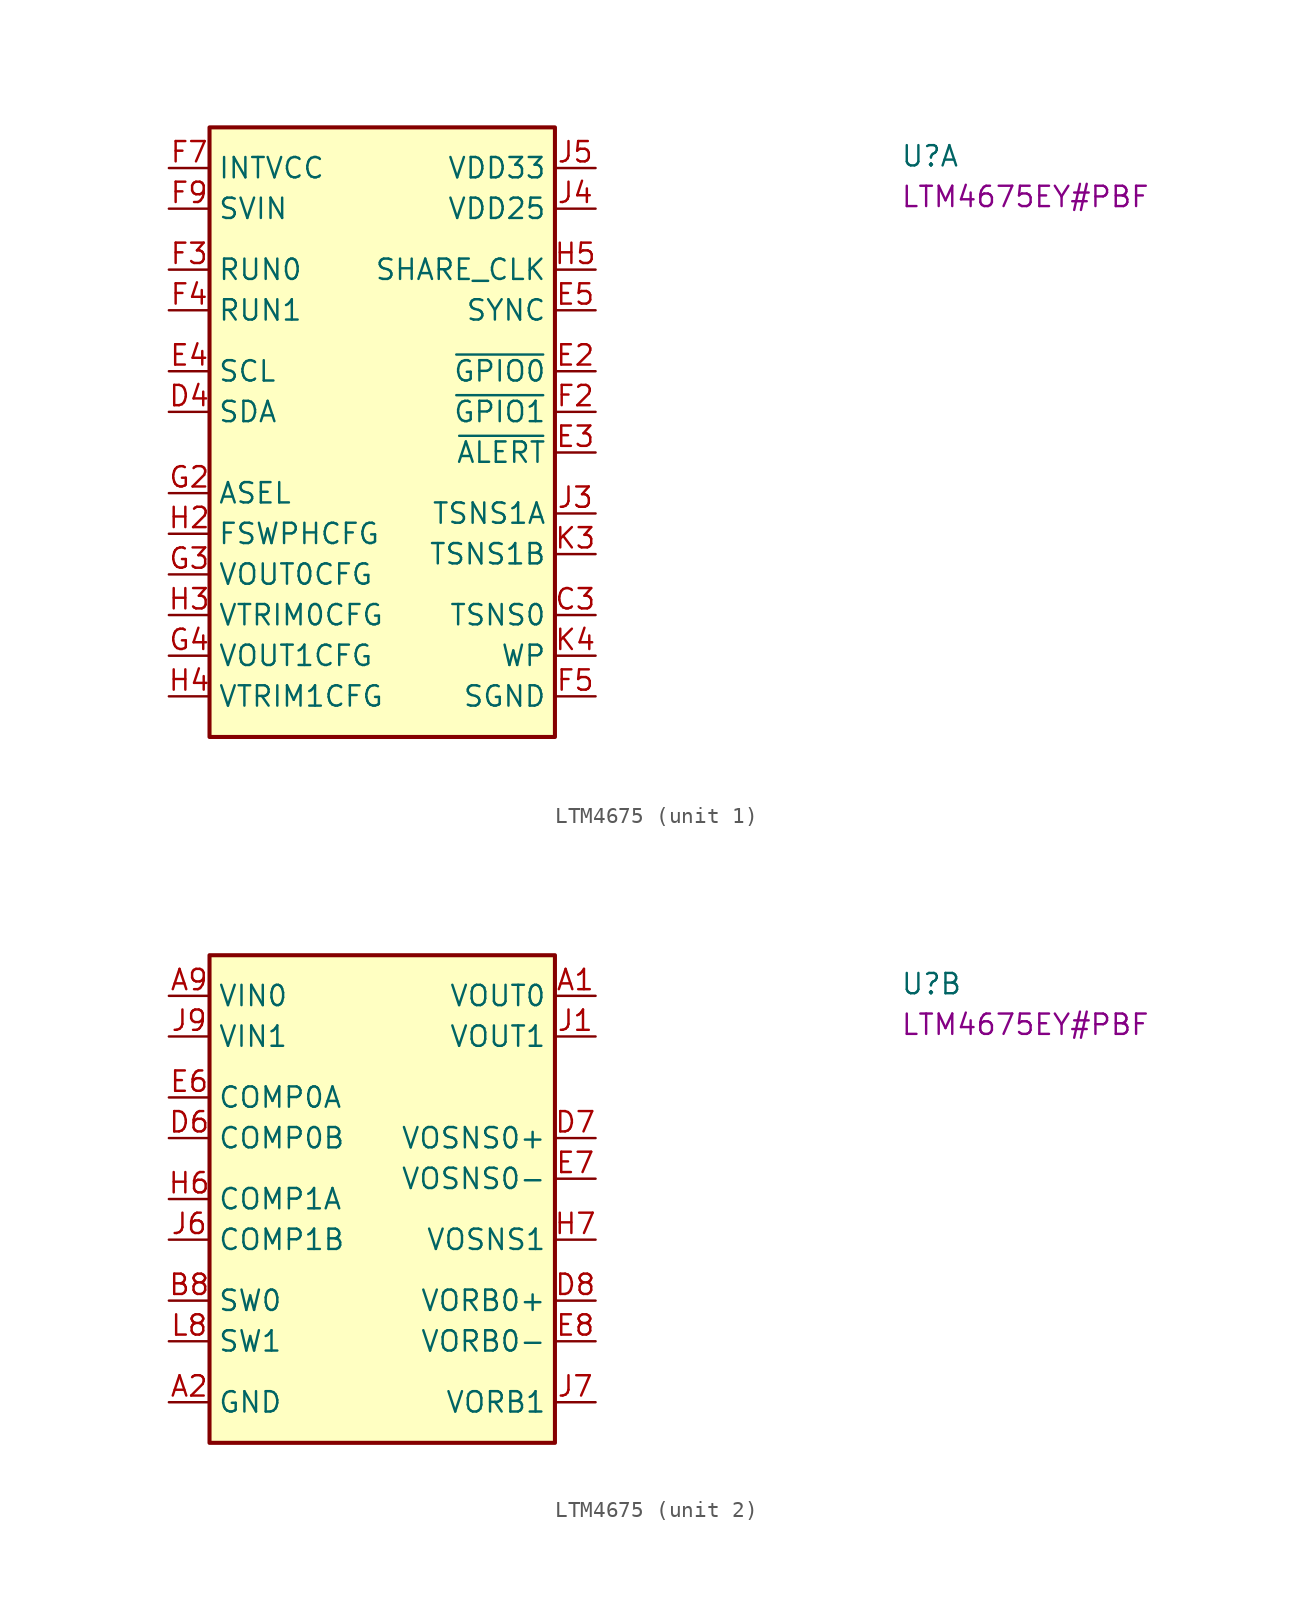
<source format=kicad_sym>
(kicad_symbol_lib
  (version 20220914)
  (generator kicad_symbol_editor)
  (symbol "LTM4675"
    (property "Reference" "U"
      (at 45.72 0 0)
      (effects (font (size 1.27 1.27) (thickness 0.15)) (justify left bottom)))
    (property "MPN" "LTM4675EY#PBF"
      (at 45.72 -2.54 0)
      (effects (font (size 1.27 1.27) (thickness 0.15)) (justify left bottom)))
    (property "ki_locked" ""
      (at 0 0 0)
      (effects (font (size 1.27 1.27))))
    (symbol "LTM4675_1_1"
      (rectangle (start 2.54 2.54) (end 24.13 -35.56) (stroke (width 0.254) (type default)) (fill (type background)))
      (pin passive line (at 26.67 -27.94 180) (length 2.54) (name "TSNS0" (effects (font (size 1.27 1.27)))) (number "C3" (effects (font (size 1.27 1.27)))))
      (pin passive line (at 26.67 -27.94 180) (length 2.54) hide (name "TSNS0" (effects (font (size 1.27 1.27)))) (number "D3" (effects (font (size 1.27 1.27)))))
      (pin bidirectional line (at 0 -15.24 0) (length 2.54) (name "SDA" (effects (font (size 1.27 1.27)))) (number "D4" (effects (font (size 1.27 1.27)))))
      (pin bidirectional line (at 26.67 -12.7 180) (length 2.54) (name "~{GPIO0}" (effects (font (size 1.27 1.27)))) (number "E2" (effects (font (size 1.27 1.27)))))
      (pin input line (at 26.67 -17.78 180) (length 2.54) (name "~{ALERT}" (effects (font (size 1.27 1.27)))) (number "E3" (effects (font (size 1.27 1.27)))))
      (pin input line (at 0 -12.7 0) (length 2.54) (name "SCL" (effects (font (size 1.27 1.27)))) (number "E4" (effects (font (size 1.27 1.27)))))
      (pin bidirectional line (at 26.67 -8.89 180) (length 2.54) (name "SYNC" (effects (font (size 1.27 1.27)))) (number "E5" (effects (font (size 1.27 1.27)))))
      (pin bidirectional line (at 26.67 -15.24 180) (length 2.54) (name "~{GPIO1}" (effects (font (size 1.27 1.27)))) (number "F2" (effects (font (size 1.27 1.27)))))
      (pin bidirectional line (at 0 -6.35 0) (length 2.54) (name "RUN0" (effects (font (size 1.27 1.27)))) (number "F3" (effects (font (size 1.27 1.27)))))
      (pin bidirectional line (at 0 -8.89 0) (length 2.54) (name "RUN1" (effects (font (size 1.27 1.27)))) (number "F4" (effects (font (size 1.27 1.27)))))
      (pin power_in line (at 26.67 -33.02 180) (length 2.54) (name "SGND" (effects (font (size 1.27 1.27)))) (number "F5" (effects (font (size 1.27 1.27)))))
      (pin passive line (at 26.67 -33.02 180) (length 2.54) hide (name "SGND" (effects (font (size 1.27 1.27)))) (number "F6" (effects (font (size 1.27 1.27)))))
      (pin power_in line (at 0 0 0) (length 2.54) (name "INTVCC" (effects (font (size 1.27 1.27)))) (number "F7" (effects (font (size 1.27 1.27)))))
      (pin input line (at 0 -2.54 0) (length 2.54) (name "SVIN" (effects (font (size 1.27 1.27)))) (number "F9" (effects (font (size 1.27 1.27)))))
      (pin passive line (at 0 -20.32 0) (length 2.54) (name "ASEL" (effects (font (size 1.27 1.27)))) (number "G2" (effects (font (size 1.27 1.27)))))
      (pin passive line (at 0 -25.4 0) (length 2.54) (name "VOUT0CFG" (effects (font (size 1.27 1.27)))) (number "G3" (effects (font (size 1.27 1.27)))))
      (pin passive line (at 0 -30.48 0) (length 2.54) (name "VOUT1CFG" (effects (font (size 1.27 1.27)))) (number "G4" (effects (font (size 1.27 1.27)))))
      (pin passive line (at 26.67 -33.02 180) (length 2.54) hide (name "SGND" (effects (font (size 1.27 1.27)))) (number "G5" (effects (font (size 1.27 1.27)))))
      (pin passive line (at 26.67 -33.02 180) (length 2.54) hide (name "SGND" (effects (font (size 1.27 1.27)))) (number "G6" (effects (font (size 1.27 1.27)))))
      (pin passive line (at 0 0 0) (length 2.54) hide (name "INTVCC" (effects (font (size 1.27 1.27)))) (number "G7" (effects (font (size 1.27 1.27)))))
      (pin passive line (at 0 -22.86 0) (length 2.54) (name "FSWPHCFG" (effects (font (size 1.27 1.27)))) (number "H2" (effects (font (size 1.27 1.27)))))
      (pin output line (at 0 -27.94 0) (length 2.54) (name "VTRIM0CFG" (effects (font (size 1.27 1.27)))) (number "H3" (effects (font (size 1.27 1.27)))))
      (pin passive line (at 0 -33.02 0) (length 2.54) (name "VTRIM1CFG" (effects (font (size 1.27 1.27)))) (number "H4" (effects (font (size 1.27 1.27)))))
      (pin bidirectional line (at 26.67 -6.35 180) (length 2.54) (name "SHARE_CLK" (effects (font (size 1.27 1.27)))) (number "H5" (effects (font (size 1.27 1.27)))))
      (pin passive line (at 26.67 -21.59 180) (length 2.54) (name "TSNS1A" (effects (font (size 1.27 1.27)))) (number "J3" (effects (font (size 1.27 1.27)))))
      (pin output line (at 26.67 -2.54 180) (length 2.54) (name "VDD25" (effects (font (size 1.27 1.27)))) (number "J4" (effects (font (size 1.27 1.27)))))
      (pin output line (at 26.67 0 180) (length 2.54) (name "VDD33" (effects (font (size 1.27 1.27)))) (number "J5" (effects (font (size 1.27 1.27)))))
      (pin passive line (at 26.67 -24.13 180) (length 2.54) (name "TSNS1B" (effects (font (size 1.27 1.27)))) (number "K3" (effects (font (size 1.27 1.27)))))
      (pin passive line (at 26.67 -30.48 180) (length 2.54) (name "WP" (effects (font (size 1.27 1.27)))) (number "K4" (effects (font (size 1.27 1.27))))))
    (symbol "LTM4675_2_1"
      (rectangle (start 2.54 2.54) (end 24.13 -27.94) (stroke (width 0.254) (type default)) (fill (type background)))
      (pin power_out line (at 26.67 0 180) (length 2.54) (name "VOUT0" (effects (font (size 1.27 1.27)))) (number "A1" (effects (font (size 1.27 1.27)))))
      (pin power_in line (at 0 -25.4 0) (length 2.54) (name "GND" (effects (font (size 1.27 1.27)))) (number "A2" (effects (font (size 1.27 1.27)))))
      (pin passive line (at 0 -25.4 0) (length 2.54) hide (name "GND" (effects (font (size 1.27 1.27)))) (number "A3" (effects (font (size 1.27 1.27)))))
      (pin passive line (at 0 -25.4 0) (length 2.54) hide (name "GND" (effects (font (size 1.27 1.27)))) (number "A4" (effects (font (size 1.27 1.27)))))
      (pin passive line (at 0 -25.4 0) (length 2.54) hide (name "GND" (effects (font (size 1.27 1.27)))) (number "A5" (effects (font (size 1.27 1.27)))))
      (pin passive line (at 0 -25.4 0) (length 2.54) hide (name "GND" (effects (font (size 1.27 1.27)))) (number "A6" (effects (font (size 1.27 1.27)))))
      (pin passive line (at 0 -25.4 0) (length 2.54) hide (name "GND" (effects (font (size 1.27 1.27)))) (number "A7" (effects (font (size 1.27 1.27)))))
      (pin passive line (at 0 -25.4 0) (length 2.54) hide (name "GND" (effects (font (size 1.27 1.27)))) (number "A8" (effects (font (size 1.27 1.27)))))
      (pin input line (at 0 0 0) (length 2.54) (name "VIN0" (effects (font (size 1.27 1.27)))) (number "A9" (effects (font (size 1.27 1.27)))))
      (pin passive line (at 26.67 0 180) (length 2.54) hide (name "VOUT0" (effects (font (size 1.27 1.27)))) (number "B1" (effects (font (size 1.27 1.27)))))
      (pin passive line (at 0 -25.4 0) (length 2.54) hide (name "GND" (effects (font (size 1.27 1.27)))) (number "B2" (effects (font (size 1.27 1.27)))))
      (pin passive line (at 0 -25.4 0) (length 2.54) hide (name "GND" (effects (font (size 1.27 1.27)))) (number "B3" (effects (font (size 1.27 1.27)))))
      (pin passive line (at 0 -25.4 0) (length 2.54) hide (name "GND" (effects (font (size 1.27 1.27)))) (number "B4" (effects (font (size 1.27 1.27)))))
      (pin passive line (at 0 -25.4 0) (length 2.54) hide (name "GND" (effects (font (size 1.27 1.27)))) (number "B5" (effects (font (size 1.27 1.27)))))
      (pin passive line (at 0 -25.4 0) (length 2.54) hide (name "GND" (effects (font (size 1.27 1.27)))) (number "B6" (effects (font (size 1.27 1.27)))))
      (pin passive line (at 0 -25.4 0) (length 2.54) hide (name "GND" (effects (font (size 1.27 1.27)))) (number "B7" (effects (font (size 1.27 1.27)))))
      (pin passive line (at 0 -19.05 0) (length 2.54) (name "SW0" (effects (font (size 1.27 1.27)))) (number "B8" (effects (font (size 1.27 1.27)))))
      (pin passive line (at 0 0 0) (length 2.54) hide (name "VIN0" (effects (font (size 1.27 1.27)))) (number "B9" (effects (font (size 1.27 1.27)))))
      (pin passive line (at 26.67 0 180) (length 2.54) hide (name "VOUT0" (effects (font (size 1.27 1.27)))) (number "C1" (effects (font (size 1.27 1.27)))))
      (pin passive line (at 0 -25.4 0) (length 2.54) hide (name "GND" (effects (font (size 1.27 1.27)))) (number "C2" (effects (font (size 1.27 1.27)))))
      (pin passive line (at 0 -25.4 0) (length 2.54) hide (name "GND" (effects (font (size 1.27 1.27)))) (number "C4" (effects (font (size 1.27 1.27)))))
      (pin passive line (at 0 -25.4 0) (length 2.54) hide (name "GND" (effects (font (size 1.27 1.27)))) (number "C5" (effects (font (size 1.27 1.27)))))
      (pin passive line (at 0 -25.4 0) (length 2.54) hide (name "GND" (effects (font (size 1.27 1.27)))) (number "C6" (effects (font (size 1.27 1.27)))))
      (pin passive line (at 0 -25.4 0) (length 2.54) hide (name "GND" (effects (font (size 1.27 1.27)))) (number "C7" (effects (font (size 1.27 1.27)))))
      (pin passive line (at 0 -25.4 0) (length 2.54) hide (name "GND" (effects (font (size 1.27 1.27)))) (number "C8" (effects (font (size 1.27 1.27)))))
      (pin passive line (at 0 0 0) (length 2.54) hide (name "VIN0" (effects (font (size 1.27 1.27)))) (number "C9" (effects (font (size 1.27 1.27)))))
      (pin passive line (at 26.67 0 180) (length 2.54) hide (name "VOUT0" (effects (font (size 1.27 1.27)))) (number "D1" (effects (font (size 1.27 1.27)))))
      (pin passive line (at 0 -25.4 0) (length 2.54) hide (name "GND" (effects (font (size 1.27 1.27)))) (number "D2" (effects (font (size 1.27 1.27)))))
      (pin passive line (at 0 -25.4 0) (length 2.54) hide (name "GND" (effects (font (size 1.27 1.27)))) (number "D5" (effects (font (size 1.27 1.27)))))
      (pin passive line (at 0 -8.89 0) (length 2.54) (name "COMP0B" (effects (font (size 1.27 1.27)))) (number "D6" (effects (font (size 1.27 1.27)))))
      (pin input line (at 26.67 -8.89 180) (length 2.54) (name "VOSNS0+" (effects (font (size 1.27 1.27)))) (number "D7" (effects (font (size 1.27 1.27)))))
      (pin passive line (at 26.67 -19.05 180) (length 2.54) (name "VORB0+" (effects (font (size 1.27 1.27)))) (number "D8" (effects (font (size 1.27 1.27)))))
      (pin passive line (at 0 0 0) (length 2.54) hide (name "VIN0" (effects (font (size 1.27 1.27)))) (number "D9" (effects (font (size 1.27 1.27)))))
      (pin passive line (at 0 -25.4 0) (length 2.54) hide (name "GND" (effects (font (size 1.27 1.27)))) (number "E1" (effects (font (size 1.27 1.27)))))
      (pin passive line (at 0 -6.35 0) (length 2.54) (name "COMP0A" (effects (font (size 1.27 1.27)))) (number "E6" (effects (font (size 1.27 1.27)))))
      (pin input line (at 26.67 -11.43 180) (length 2.54) (name "VOSNS0-" (effects (font (size 1.27 1.27)))) (number "E7" (effects (font (size 1.27 1.27)))))
      (pin passive line (at 26.67 -21.59 180) (length 2.54) (name "VORB0-" (effects (font (size 1.27 1.27)))) (number "E8" (effects (font (size 1.27 1.27)))))
      (pin passive line (at 0 -25.4 0) (length 2.54) hide (name "GND" (effects (font (size 1.27 1.27)))) (number "E9" (effects (font (size 1.27 1.27)))))
      (pin passive line (at 0 -25.4 0) (length 2.54) hide (name "GND" (effects (font (size 1.27 1.27)))) (number "F1" (effects (font (size 1.27 1.27)))))
      (pin passive line (at 0 -25.4 0) (length 2.54) hide (name "GND" (effects (font (size 1.27 1.27)))) (number "F8" (effects (font (size 1.27 1.27)))))
      (pin passive line (at 0 -25.4 0) (length 2.54) hide (name "GND" (effects (font (size 1.27 1.27)))) (number "G1" (effects (font (size 1.27 1.27)))))
      (pin passive line (at 0 -25.4 0) (length 2.54) hide (name "GND" (effects (font (size 1.27 1.27)))) (number "G8" (effects (font (size 1.27 1.27)))))
      (pin passive line (at 0 -25.4 0) (length 2.54) hide (name "GND" (effects (font (size 1.27 1.27)))) (number "G9" (effects (font (size 1.27 1.27)))))
      (pin passive line (at 0 -25.4 0) (length 2.54) hide (name "GND" (effects (font (size 1.27 1.27)))) (number "H1" (effects (font (size 1.27 1.27)))))
      (pin passive line (at 0 -12.7 0) (length 2.54) (name "COMP1A" (effects (font (size 1.27 1.27)))) (number "H6" (effects (font (size 1.27 1.27)))))
      (pin input line (at 26.67 -15.24 180) (length 2.54) (name "VOSNS1" (effects (font (size 1.27 1.27)))) (number "H7" (effects (font (size 1.27 1.27)))))
      (pin passive line (at 0 -25.4 0) (length 2.54) hide (name "GND" (effects (font (size 1.27 1.27)))) (number "H8" (effects (font (size 1.27 1.27)))))
      (pin passive line (at 0 -25.4 0) (length 2.54) hide (name "GND" (effects (font (size 1.27 1.27)))) (number "H9" (effects (font (size 1.27 1.27)))))
      (pin power_out line (at 26.67 -2.54 180) (length 2.54) (name "VOUT1" (effects (font (size 1.27 1.27)))) (number "J1" (effects (font (size 1.27 1.27)))))
      (pin passive line (at 0 -25.4 0) (length 2.54) hide (name "GND" (effects (font (size 1.27 1.27)))) (number "J2" (effects (font (size 1.27 1.27)))))
      (pin passive line (at 0 -15.24 0) (length 2.54) (name "COMP1B" (effects (font (size 1.27 1.27)))) (number "J6" (effects (font (size 1.27 1.27)))))
      (pin passive line (at 26.67 -25.4 180) (length 2.54) (name "VORB1" (effects (font (size 1.27 1.27)))) (number "J7" (effects (font (size 1.27 1.27)))))
      (pin passive line (at 0 -25.4 0) (length 2.54) hide (name "GND" (effects (font (size 1.27 1.27)))) (number "J8" (effects (font (size 1.27 1.27)))))
      (pin input line (at 0 -2.54 0) (length 2.54) (name "VIN1" (effects (font (size 1.27 1.27)))) (number "J9" (effects (font (size 1.27 1.27)))))
      (pin passive line (at 26.67 -2.54 180) (length 2.54) hide (name "VOUT1" (effects (font (size 1.27 1.27)))) (number "K1" (effects (font (size 1.27 1.27)))))
      (pin passive line (at 0 -25.4 0) (length 2.54) hide (name "GND" (effects (font (size 1.27 1.27)))) (number "K2" (effects (font (size 1.27 1.27)))))
      (pin passive line (at 0 -25.4 0) (length 2.54) hide (name "GND" (effects (font (size 1.27 1.27)))) (number "K5" (effects (font (size 1.27 1.27)))))
      (pin passive line (at 0 -25.4 0) (length 2.54) hide (name "GND" (effects (font (size 1.27 1.27)))) (number "K6" (effects (font (size 1.27 1.27)))))
      (pin passive line (at 0 -25.4 0) (length 2.54) hide (name "GND" (effects (font (size 1.27 1.27)))) (number "K7" (effects (font (size 1.27 1.27)))))
      (pin passive line (at 0 -25.4 0) (length 2.54) hide (name "GND" (effects (font (size 1.27 1.27)))) (number "K8" (effects (font (size 1.27 1.27)))))
      (pin passive line (at 0 -2.54 0) (length 2.54) hide (name "VIN1" (effects (font (size 1.27 1.27)))) (number "K9" (effects (font (size 1.27 1.27)))))
      (pin passive line (at 26.67 -2.54 180) (length 2.54) hide (name "VOUT1" (effects (font (size 1.27 1.27)))) (number "L1" (effects (font (size 1.27 1.27)))))
      (pin passive line (at 0 -25.4 0) (length 2.54) hide (name "GND" (effects (font (size 1.27 1.27)))) (number "L2" (effects (font (size 1.27 1.27)))))
      (pin passive line (at 0 -25.4 0) (length 2.54) hide (name "GND" (effects (font (size 1.27 1.27)))) (number "L3" (effects (font (size 1.27 1.27)))))
      (pin passive line (at 0 -25.4 0) (length 2.54) hide (name "GND" (effects (font (size 1.27 1.27)))) (number "L4" (effects (font (size 1.27 1.27)))))
      (pin passive line (at 0 -25.4 0) (length 2.54) hide (name "GND" (effects (font (size 1.27 1.27)))) (number "L5" (effects (font (size 1.27 1.27)))))
      (pin passive line (at 0 -25.4 0) (length 2.54) hide (name "GND" (effects (font (size 1.27 1.27)))) (number "L6" (effects (font (size 1.27 1.27)))))
      (pin passive line (at 0 -25.4 0) (length 2.54) hide (name "GND" (effects (font (size 1.27 1.27)))) (number "L7" (effects (font (size 1.27 1.27)))))
      (pin passive line (at 0 -21.59 0) (length 2.54) (name "SW1" (effects (font (size 1.27 1.27)))) (number "L8" (effects (font (size 1.27 1.27)))))
      (pin passive line (at 0 -2.54 0) (length 2.54) hide (name "VIN1" (effects (font (size 1.27 1.27)))) (number "L9" (effects (font (size 1.27 1.27)))))
      (pin passive line (at 26.67 -2.54 180) (length 2.54) hide (name "VOUT1" (effects (font (size 1.27 1.27)))) (number "M1" (effects (font (size 1.27 1.27)))))
      (pin passive line (at 0 -25.4 0) (length 2.54) hide (name "GND" (effects (font (size 1.27 1.27)))) (number "M2" (effects (font (size 1.27 1.27)))))
      (pin passive line (at 0 -25.4 0) (length 2.54) hide (name "GND" (effects (font (size 1.27 1.27)))) (number "M3" (effects (font (size 1.27 1.27)))))
      (pin passive line (at 0 -25.4 0) (length 2.54) hide (name "GND" (effects (font (size 1.27 1.27)))) (number "M4" (effects (font (size 1.27 1.27)))))
      (pin passive line (at 0 -25.4 0) (length 2.54) hide (name "GND" (effects (font (size 1.27 1.27)))) (number "M5" (effects (font (size 1.27 1.27)))))
      (pin passive line (at 0 -25.4 0) (length 2.54) hide (name "GND" (effects (font (size 1.27 1.27)))) (number "M6" (effects (font (size 1.27 1.27)))))
      (pin passive line (at 0 -25.4 0) (length 2.54) hide (name "GND" (effects (font (size 1.27 1.27)))) (number "M7" (effects (font (size 1.27 1.27)))))
      (pin passive line (at 0 -25.4 0) (length 2.54) hide (name "GND" (effects (font (size 1.27 1.27)))) (number "M8" (effects (font (size 1.27 1.27)))))
      (pin passive line (at 0 -2.54 0) (length 2.54) hide (name "VIN1" (effects (font (size 1.27 1.27)))) (number "M9" (effects (font (size 1.27 1.27))))))))
</source>
